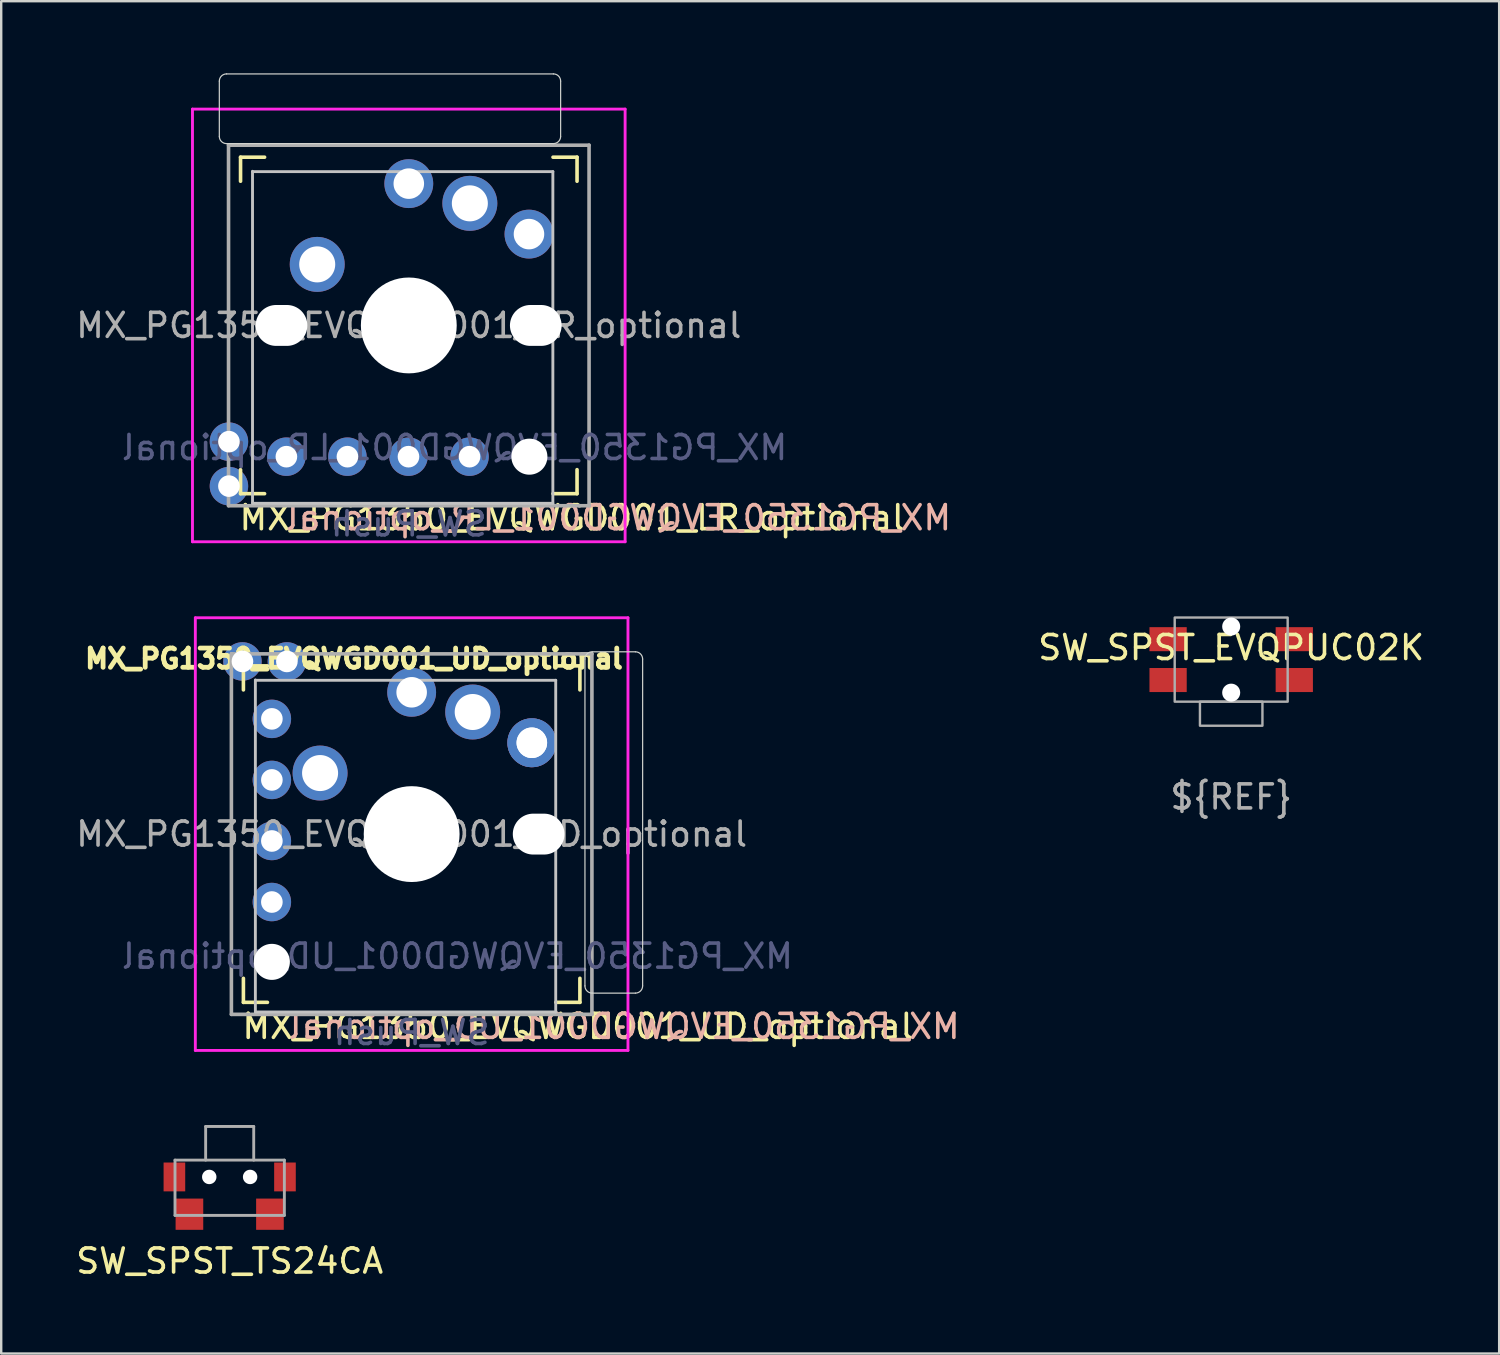
<source format=kicad_pcb>
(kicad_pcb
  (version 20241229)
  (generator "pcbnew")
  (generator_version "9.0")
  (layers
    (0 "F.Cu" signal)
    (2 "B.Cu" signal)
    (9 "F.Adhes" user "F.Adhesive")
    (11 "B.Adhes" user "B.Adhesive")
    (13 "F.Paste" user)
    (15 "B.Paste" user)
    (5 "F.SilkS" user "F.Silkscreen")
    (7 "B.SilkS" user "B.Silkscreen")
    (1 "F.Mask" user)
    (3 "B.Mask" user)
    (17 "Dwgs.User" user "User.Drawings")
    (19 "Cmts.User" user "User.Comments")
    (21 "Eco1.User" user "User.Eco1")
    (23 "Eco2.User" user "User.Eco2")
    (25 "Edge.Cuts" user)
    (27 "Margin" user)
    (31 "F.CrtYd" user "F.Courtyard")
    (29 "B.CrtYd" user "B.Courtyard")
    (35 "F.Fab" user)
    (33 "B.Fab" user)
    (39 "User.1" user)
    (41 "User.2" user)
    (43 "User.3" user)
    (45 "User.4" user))
  (footprint "MX_PG1350_EVQWGD001_UD_optional"
    (layer "F.Cu")
    (at 14.077 31.653)
    (property "Reference" "MX_PG1350_EVQWGD001_UD_optional" (at -7.137 8.001 180) (layer "F.SilkS") (effects (font (size 1 1) (thickness 0.15)) (justify left)))
    (property "Value" "SW_Push" (at 0 8.255 0) (layer "F.Fab") (hide yes) (effects (font (size 1 1) (thickness 0.15))))
    (attr through_hole)
    (fp_line (start -7 -6) (end -7 -7) (stroke (width 0.15) (type solid)) (layer "F.SilkS"))
    (fp_line (start -7 7) (end -7 6) (stroke (width 0.15) (type solid)) (layer "F.SilkS"))
    (fp_line (start -7 7) (end -6 7) (stroke (width 0.15) (type solid)) (layer "F.SilkS"))
    (fp_line (start -6 -7) (end -7 -7) (stroke (width 0.15) (type solid)) (layer "F.SilkS"))
    (fp_line (start 6 7) (end 7 7) (stroke (width 0.15) (type solid)) (layer "F.SilkS"))
    (fp_line (start 7 -7) (end 6 -7) (stroke (width 0.15) (type solid)) (layer "F.SilkS"))
    (fp_line (start 7 -7) (end 7 -6) (stroke (width 0.15) (type solid)) (layer "F.SilkS"))
    (fp_line (start 7 6) (end 7 7) (stroke (width 0.15) (type solid)) (layer "F.SilkS"))
    (fp_line (start -6.502 7.386) (end -6.502 -6.413) (stroke (width 0.12) (type solid)) (layer "Dwgs.User"))
    (fp_line (start -6.5 -6.4) (end 5.994 -6.4) (stroke (width 0.12) (type solid)) (layer "Dwgs.User"))
    (fp_line (start 5.994 -6.4) (end 5.994 7.4) (stroke (width 0.12) (type solid)) (layer "Dwgs.User"))
    (fp_line (start 5.994 7.4) (end -6.5 7.4) (stroke (width 0.12) (type solid)) (layer "Dwgs.User"))
    (fp_line (start -6.9 6.9) (end -6.9 -6.9) (stroke (width 0.15) (type solid)) (layer "Eco2.User"))
    (fp_line (start -6.9 6.9) (end 6.9 6.9) (stroke (width 0.15) (type solid)) (layer "Eco2.User"))
    (fp_line (start 6.9 -6.9) (end -6.9 -6.9) (stroke (width 0.15) (type solid)) (layer "Eco2.User"))
    (fp_line (start 6.9 -6.9) (end 6.9 6.9) (stroke (width 0.15) (type solid)) (layer "Eco2.User"))
    (fp_line (start 7.21 -7.284) (end 7.21 6.316) (stroke (width 0.05) (type solid)) (layer "Edge.Cuts"))
    (fp_line (start 7.51 6.616) (end 9.309 6.616) (stroke (width 0.05) (type solid)) (layer "Edge.Cuts"))
    (fp_line (start 9.309 -7.584) (end 7.51 -7.584) (stroke (width 0.05) (type solid)) (layer "Edge.Cuts"))
    (fp_line (start 9.61 6.316) (end 9.61 -7.284) (stroke (width 0.05) (type solid)) (layer "Edge.Cuts"))
    (fp_arc (start 7.2095 -7.2842) (mid 7.297368 -7.496332) (end 7.5095 -7.5842) (stroke (width 0.05) (type solid)) (layer "Edge.Cuts"))
    (fp_arc (start 7.5095 6.6158) (mid 7.297368 6.527932) (end 7.2095 6.3158) (stroke (width 0.05) (type solid)) (layer "Edge.Cuts"))
    (fp_arc (start 9.3095 -7.5842) (mid 9.521632 -7.496332) (end 9.6095 -7.2842) (stroke (width 0.05) (type solid)) (layer "Edge.Cuts"))
    (fp_arc (start 9.6095 6.3158) (mid 9.521632 6.527932) (end 9.3095 6.6158) (stroke (width 0.05) (type solid)) (layer "Edge.Cuts"))
    (fp_line (start -9 9) (end -9 -9) (stroke (width 0.12) (type solid)) (layer "F.CrtYd"))
    (fp_line (start 9 -9) (end -9 -9) (stroke (width 0.12) (type solid)) (layer "F.CrtYd"))
    (fp_line (start 9 9) (end -9 9) (stroke (width 0.12) (type solid)) (layer "F.CrtYd"))
    (fp_line (start 9 9) (end 9 -9) (stroke (width 0.12) (type solid)) (layer "F.CrtYd"))
    (fp_line (start -7.5 -7.5) (end 7.5 -7.5) (stroke (width 0.15) (type solid)) (layer "F.Fab"))
    (fp_line (start -7.5 7.5) (end -7.5 -7.5) (stroke (width 0.15) (type solid)) (layer "F.Fab"))
    (fp_line (start 7.5 -7.5) (end 7.5 7.5) (stroke (width 0.15) (type solid)) (layer "F.Fab"))
    (fp_line (start 7.5 7.5) (end -7.5 7.5) (stroke (width 0.15) (type solid)) (layer "F.Fab"))
    (fp_text user "${REFERENCE}" (at -2.4 -7.3 0) (layer "F.SilkS") (effects (font (size 0.8 0.8) (thickness 0.2))))
    (fp_text user "${REFERENCE}" (at -5.207 8.001 180) (layer "B.SilkS") (effects (font (size 1 1) (thickness 0.15)) (justify right mirror)))
    (fp_text user "${VALUE}" (at 0 8.255 0) (layer "B.Fab") (effects (font (size 1 1) (thickness 0.15)) (justify mirror)))
    (fp_text user "${REFERENCE}" (at 1.905 5.08 0) (layer "B.Fab") (effects (font (size 1 1) (thickness 0.15)) (justify mirror)))
    (fp_text user "${REFERENCE}" (at 0 0 0) (layer "F.Fab") (effects (font (size 1 1) (thickness 0.15))))
    (pad "" np_thru_hole circle (at -5.816 5.316) (size 1.5 1.5) (drill 1.5) (layers "*.Cu" "*.Mask"))
    (pad "" np_thru_hole circle (at 0 0) (size 3.988 3.988) (drill 3.988) (layers "*.Cu" "*.Mask"))
    (pad "" np_thru_hole oval (at 5.283 0 180) (size 2.15 1.702) (drill oval 2.15 1.702) (layers "*.Cu" "*.Mask"))
    (pad "A" thru_hole circle (at -5.816 -4.794) (size 1.6 1.6) (drill 0.9) (layers "*.Cu" "*.Mask"))
    (pad "B" thru_hole circle (at -5.816 -2.254) (size 1.6 1.6) (drill 0.9) (layers "*.Cu" "*.Mask"))
    (pad "C" thru_hole circle (at -5.816 0.286) (size 1.6 1.6) (drill 0.9) (layers "*.Cu" "*.Mask"))
    (pad "D" thru_hole circle (at -5.816 2.826) (size 1.6 1.6) (drill 0.9) (layers "*.Cu" "*.Mask"))
    (pad "S1" thru_hole circle (at -7.04 -7.184) (size 1.6 1.6) (drill 0.9) (layers "*.Cu" "*.Mask"))
    (pad "S1" thru_hole circle (at -3.81 -2.54) (size 2.286 2.286) (drill 1.499) (layers "*.Cu" "*.Mask"))
    (pad "S1" thru_hole circle (at 5 -3.8 180) (size 2.032 2.032) (drill 1.27) (layers "*.Cu" "*.Mask"))
    (pad "S1" thru_hole circle (at 5 -3.8 180) (size 2.032 2.032) (drill 1.27) (layers "*.Cu" "*.Mask"))
    (pad "S2" thru_hole circle (at -5.191 -7.184) (size 1.6 1.6) (drill 0.9) (layers "*.Cu" "*.Mask"))
    (pad "S2" thru_hole circle (at 0 -5.9) (size 2.032 2.032) (drill 1.27) (layers "*.Cu" "*.Mask"))
    (pad "S2" thru_hole circle (at 2.54 -5.08) (size 2.286 2.286) (drill 1.499) (layers "*.Cu" "*.Mask")))
  (footprint "MX_PG1350_EVQWGD001_LR_optional"
    (layer "F.Cu")
    (at 13.958 10.49)
    (property "Reference" "MX_PG1350_EVQWGD001_LR_optional" (at -7.137 8.001 180) (layer "F.SilkS") (effects (font (size 1 1) (thickness 0.15)) (justify left)))
    (property "Value" "SW_Push" (at 0 8.255 0) (layer "F.Fab") (hide yes) (effects (font (size 1 1) (thickness 0.15))))
    (attr through_hole)
    (fp_line (start -7 -6) (end -7 -7) (stroke (width 0.15) (type solid)) (layer "F.SilkS"))
    (fp_line (start -7 7) (end -7 6) (stroke (width 0.15) (type solid)) (layer "F.SilkS"))
    (fp_line (start -7 7) (end -6 7) (stroke (width 0.15) (type solid)) (layer "F.SilkS"))
    (fp_line (start -6 -7) (end -7 -7) (stroke (width 0.15) (type solid)) (layer "F.SilkS"))
    (fp_line (start 6 7) (end 7 7) (stroke (width 0.15) (type solid)) (layer "F.SilkS"))
    (fp_line (start 7 -7) (end 6 -7) (stroke (width 0.15) (type solid)) (layer "F.SilkS"))
    (fp_line (start 7 -7) (end 7 -6) (stroke (width 0.15) (type solid)) (layer "F.SilkS"))
    (fp_line (start 7 6) (end 7 7) (stroke (width 0.15) (type solid)) (layer "F.SilkS"))
    (fp_line (start -6.502 7.386) (end -6.502 -6.413) (stroke (width 0.12) (type solid)) (layer "Dwgs.User"))
    (fp_line (start -6.5 -6.4) (end 5.994 -6.4) (stroke (width 0.12) (type solid)) (layer "Dwgs.User"))
    (fp_line (start 5.994 -6.4) (end 5.994 7.4) (stroke (width 0.12) (type solid)) (layer "Dwgs.User"))
    (fp_line (start 5.994 7.4) (end -6.5 7.4) (stroke (width 0.12) (type solid)) (layer "Dwgs.User"))
    (fp_line (start -6.9 6.9) (end -6.9 -6.9) (stroke (width 0.15) (type solid)) (layer "Eco2.User"))
    (fp_line (start -6.9 6.9) (end 6.9 6.9) (stroke (width 0.15) (type solid)) (layer "Eco2.User"))
    (fp_line (start 6.9 -6.9) (end -6.9 -6.9) (stroke (width 0.15) (type solid)) (layer "Eco2.User"))
    (fp_line (start 6.9 -6.9) (end 6.9 6.9) (stroke (width 0.15) (type solid)) (layer "Eco2.User"))
    (fp_line (start -7.883 -10.165) (end -7.883 -7.865) (stroke (width 0.05) (type solid)) (layer "Edge.Cuts"))
    (fp_line (start -7.583 -7.565) (end 6.017 -7.565) (stroke (width 0.05) (type solid)) (layer "Edge.Cuts"))
    (fp_line (start 6.017 -10.465) (end -7.583 -10.465) (stroke (width 0.05) (type solid)) (layer "Edge.Cuts"))
    (fp_line (start 6.317 -7.865) (end 6.317 -10.165) (stroke (width 0.05) (type solid)) (layer "Edge.Cuts"))
    (fp_arc (start -7.8827 -10.1651) (mid -7.794832 -10.377232) (end -7.5827 -10.4651) (stroke (width 0.05) (type solid)) (layer "Edge.Cuts"))
    (fp_arc (start -7.5827 -7.5651) (mid -7.794832 -7.652968) (end -7.8827 -7.8651) (stroke (width 0.05) (type solid)) (layer "Edge.Cuts"))
    (fp_arc (start 6.0173 -10.4651) (mid 6.229432 -10.377232) (end 6.3173 -10.1651) (stroke (width 0.05) (type solid)) (layer "Edge.Cuts"))
    (fp_arc (start 6.3173 -7.8651) (mid 6.229432 -7.652968) (end 6.0173 -7.5651) (stroke (width 0.05) (type solid)) (layer "Edge.Cuts"))
    (fp_line (start -9 9) (end -9 -9) (stroke (width 0.12) (type solid)) (layer "F.CrtYd"))
    (fp_line (start 9 -9) (end -9 -9) (stroke (width 0.12) (type solid)) (layer "F.CrtYd"))
    (fp_line (start 9 9) (end -9 9) (stroke (width 0.12) (type solid)) (layer "F.CrtYd"))
    (fp_line (start 9 9) (end 9 -9) (stroke (width 0.12) (type solid)) (layer "F.CrtYd"))
    (fp_line (start -7.5 -7.5) (end 7.5 -7.5) (stroke (width 0.15) (type solid)) (layer "F.Fab"))
    (fp_line (start -7.5 7.5) (end -7.5 -7.5) (stroke (width 0.15) (type solid)) (layer "F.Fab"))
    (fp_line (start 7.5 -7.5) (end 7.5 7.5) (stroke (width 0.15) (type solid)) (layer "F.Fab"))
    (fp_line (start 7.5 7.5) (end -7.5 7.5) (stroke (width 0.15) (type solid)) (layer "F.Fab"))
    (fp_text user "${REFERENCE}" (at -5.207 8.001 180) (layer "B.SilkS") (effects (font (size 1 1) (thickness 0.15)) (justify right mirror)))
    (fp_text user "${VALUE}" (at 0 8.255 0) (layer "B.Fab") (effects (font (size 1 1) (thickness 0.15)) (justify mirror)))
    (fp_text user "${REFERENCE}" (at 1.905 5.08 0) (layer "B.Fab") (effects (font (size 1 1) (thickness 0.15)) (justify mirror)))
    (fp_text user "${REFERENCE}" (at 0 0 0) (layer "F.Fab") (effects (font (size 1 1) (thickness 0.15))))
    (pad "" np_thru_hole oval (at -5.296 0 180) (size 2.15 1.702) (drill oval 2.15 1.702) (layers "*.Cu" "*.Mask"))
    (pad "" np_thru_hole circle (at 0 0) (size 3.988 3.988) (drill 3.988) (layers "*.Cu" "*.Mask"))
    (pad "" np_thru_hole circle (at 5.017 5.46 90) (size 1.5 1.5) (drill 1.5) (layers "*.Cu" "*.Mask"))
    (pad "" np_thru_hole oval (at 5.283 0 180) (size 2.15 1.702) (drill oval 2.15 1.702) (layers "*.Cu" "*.Mask"))
    (pad "A" thru_hole circle (at -5.093 5.46 90) (size 1.6 1.6) (drill 0.9) (layers "*.Cu" "*.Mask"))
    (pad "B" thru_hole circle (at -2.553 5.46 90) (size 1.6 1.6) (drill 0.9) (layers "*.Cu" "*.Mask"))
    (pad "C" thru_hole circle (at -0.013 5.46 90) (size 1.6 1.6) (drill 0.9) (layers "*.Cu" "*.Mask"))
    (pad "D" thru_hole circle (at 2.527 5.46 90) (size 1.6 1.6) (drill 0.9) (layers "*.Cu" "*.Mask"))
    (pad "S1" thru_hole circle (at -7.483 6.685 90) (size 1.6 1.6) (drill 0.9) (layers "*.Cu" "*.Mask"))
    (pad "S1" thru_hole circle (at -3.81 -2.54) (size 2.286 2.286) (drill 1.499) (layers "*.Cu" "*.Mask"))
    (pad "S1" thru_hole circle (at 5 -3.8 180) (size 2.032 2.032) (drill 1.27) (layers "*.Cu" "*.Mask"))
    (pad "S2" thru_hole circle (at -7.483 4.835 90) (size 1.6 1.6) (drill 0.9) (layers "*.Cu" "*.Mask"))
    (pad "S2" thru_hole circle (at 0 -5.9) (size 2.032 2.032) (drill 1.27) (layers "*.Cu" "*.Mask"))
    (pad "S2" thru_hole circle (at 2.54 -5.08) (size 2.286 2.286) (drill 1.499) (layers "*.Cu" "*.Mask")))
  (footprint "SW_SPST_TS24CA"
    (layer "F.Cu")
    (at 6.506 45.917)
    (property "Reference" "SW_SPST_TS24CA" (at 0 3.5 0) (layer "F.SilkS") (effects (font (size 1 1) (thickness 0.15))))
    (attr through_hole)
    (fp_line (start -2.275 -0.7) (end -2.275 1.6) (stroke (width 0.12) (type solid)) (layer "F.Fab"))
    (fp_line (start -2.275 -0.7) (end 2.275 -0.7) (stroke (width 0.12) (type solid)) (layer "F.Fab"))
    (fp_line (start -2.275 1.6) (end 2.275 1.6) (stroke (width 0.12) (type solid)) (layer "F.Fab"))
    (fp_line (start -1 -2.1) (end -1 -0.7) (stroke (width 0.12) (type solid)) (layer "F.Fab"))
    (fp_line (start -1 -2.1) (end 1 -2.1) (stroke (width 0.12) (type solid)) (layer "F.Fab"))
    (fp_line (start 1 -2.1) (end 1 -0.7) (stroke (width 0.12) (type solid)) (layer "F.Fab"))
    (fp_line (start 2.275 -0.7) (end 2.275 1.6) (stroke (width 0.12) (type solid)) (layer "F.Fab"))
    (pad "" smd rect (at -2.3 0) (size 0.9 1.2) (layers "F.Cu" "F.Mask" "F.Paste"))
    (pad "" np_thru_hole circle (at -0.85 0) (size 0.6 0.6) (drill 0.6) (layers "*.Cu" "*.Mask"))
    (pad "" np_thru_hole circle (at 0.85 0) (size 0.6 0.6) (drill 0.6) (layers "*.Cu" "*.Mask"))
    (pad "" smd rect (at 2.3 0) (size 0.9 1.2) (layers "F.Cu" "F.Mask" "F.Paste"))
    (pad "1" smd rect (at -1.675 1.55) (size 1.15 1.3) (layers "F.Cu" "F.Mask" "F.Paste"))
    (pad "2" smd rect (at 1.675 1.55) (size 1.15 1.3) (layers "F.Cu" "F.Mask" "F.Paste")))
  (footprint "SW_SPST_EVQPUC02K"
    (layer "F.Cu")
    (at 48.174 24.393)
    (property "Reference" "SW_SPST_EVQPUC02K" (at 0 -0.5 0) (unlocked yes) (layer "F.SilkS") (effects (font (size 1 1) (thickness 0.15))))
    (attr smd)
    (fp_rect (start -2.35 -1.75) (end 2.35 1.75) (stroke (width 0.1) (type solid)) (fill no) (layer "F.Fab"))
    (fp_rect (start -1.3 1.75) (end 1.3 2.75) (stroke (width 0.1) (type solid)) (fill no) (layer "F.Fab"))
    (fp_text user "${REF}" (at 0 5.715 0) (unlocked yes) (layer "F.Fab") (effects (font (size 1 1) (thickness 0.15))))
    (pad "" np_thru_hole circle (at 0 -1.375) (size 0.75 0.75) (drill 0.75) (layers "*.Cu" "*.Mask"))
    (pad "" np_thru_hole circle (at 0 1.375) (size 0.75 0.75) (drill 0.75) (layers "*.Cu" "*.Mask"))
    (pad "1" smd rect (at -2.625 -0.85) (size 1.55 1) (layers "F.Cu" "F.Mask" "F.Paste"))
    (pad "1" smd rect (at 2.625 -0.85) (size 1.55 1) (layers "F.Cu" "F.Mask" "F.Paste"))
    (pad "2" smd rect (at -2.625 0.85) (size 1.55 1) (layers "F.Cu" "F.Mask" "F.Paste"))
    (pad "2" smd rect (at 2.625 0.85) (size 1.55 1) (layers "F.Cu" "F.Mask" "F.Paste")))
  (gr_rect
    (start -3 -3)
    (end 59.323 53.265)
    (stroke (width 0.1) (type default))
    (fill no)
    (layer "Edge.Cuts")))
</source>
